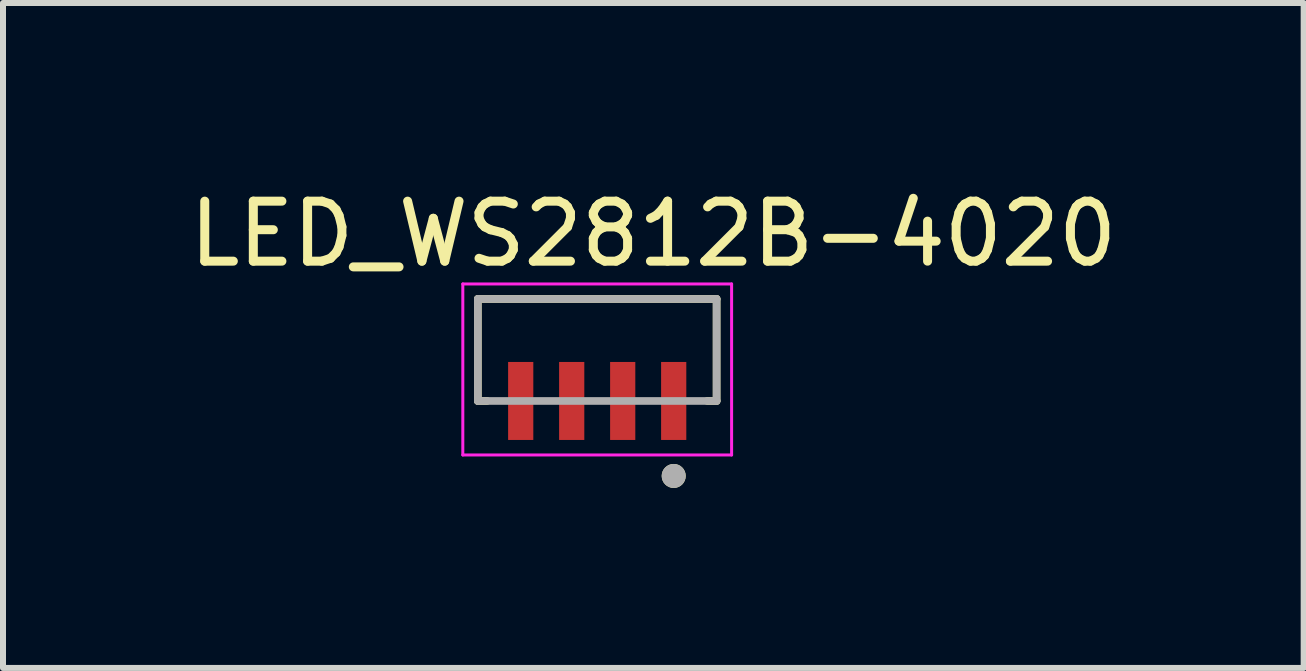
<source format=kicad_pcb>
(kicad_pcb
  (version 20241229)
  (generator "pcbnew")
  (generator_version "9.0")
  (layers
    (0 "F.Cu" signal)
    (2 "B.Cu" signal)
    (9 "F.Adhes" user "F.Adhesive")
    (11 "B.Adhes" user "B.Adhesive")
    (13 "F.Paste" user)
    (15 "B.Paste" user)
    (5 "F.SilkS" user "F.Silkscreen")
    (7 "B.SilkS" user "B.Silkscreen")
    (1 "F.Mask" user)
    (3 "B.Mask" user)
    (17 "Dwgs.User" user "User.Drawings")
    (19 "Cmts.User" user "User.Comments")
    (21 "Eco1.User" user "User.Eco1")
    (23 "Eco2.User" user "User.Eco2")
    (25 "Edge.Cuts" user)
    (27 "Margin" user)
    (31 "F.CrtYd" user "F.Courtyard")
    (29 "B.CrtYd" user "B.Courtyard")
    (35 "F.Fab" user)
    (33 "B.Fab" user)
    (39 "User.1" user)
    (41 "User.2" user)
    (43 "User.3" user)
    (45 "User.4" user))
  (footprint "LED_WS2812B-4020"
    (layer "F.Cu")
    (at 6.904 2.783)
    (property "Reference" "LED_WS2812B-4020" (at 0.935 -1.935 0) (layer "F.SilkS") (effects (font (size 1 1) (thickness 0.15))))
    (attr smd)
    (fp_line (start -1.99 -0.85) (end 1.99 -0.85) (stroke (width 0.127) (type solid)) (layer "F.SilkS"))
    (fp_line (start -1.99 0.85) (end -1.99 -0.85) (stroke (width 0.127) (type solid)) (layer "F.SilkS"))
    (fp_line (start -1.835 0.85) (end -1.99 0.85) (stroke (width 0.127) (type solid)) (layer "F.SilkS"))
    (fp_line (start 1.99 -0.85) (end 1.99 0.85) (stroke (width 0.127) (type solid)) (layer "F.SilkS"))
    (fp_line (start 1.99 0.85) (end 1.835 0.85) (stroke (width 0.127) (type solid)) (layer "F.SilkS"))
    (fp_circle (center 1.275 2.1) (end 1.375 2.1) (stroke (width 0.2) (type solid)) (fill no) (layer "F.SilkS"))
    (fp_line (start -2.24 -1.1) (end -2.24 1.75) (stroke (width 0.05) (type solid)) (layer "F.CrtYd"))
    (fp_line (start -2.24 1.75) (end 2.24 1.75) (stroke (width 0.05) (type solid)) (layer "F.CrtYd"))
    (fp_line (start 2.24 -1.1) (end -2.24 -1.1) (stroke (width 0.05) (type solid)) (layer "F.CrtYd"))
    (fp_line (start 2.24 1.75) (end 2.24 -1.1) (stroke (width 0.05) (type solid)) (layer "F.CrtYd"))
    (fp_line (start -1.99 -0.85) (end 1.99 -0.85) (stroke (width 0.127) (type solid)) (layer "F.Fab"))
    (fp_line (start -1.99 0.85) (end -1.99 -0.85) (stroke (width 0.127) (type solid)) (layer "F.Fab"))
    (fp_line (start 1.99 -0.85) (end 1.99 0.85) (stroke (width 0.127) (type solid)) (layer "F.Fab"))
    (fp_line (start 1.99 0.85) (end -1.99 0.85) (stroke (width 0.127) (type solid)) (layer "F.Fab"))
    (fp_circle (center 1.275 2.1) (end 1.375 2.1) (stroke (width 0.2) (type solid)) (fill no) (layer "F.Fab"))
    (pad "1" smd rect (at 1.275 0.85) (size 0.42 1.3) (layers "F.Cu" "F.Mask" "F.Paste"))
    (pad "2" smd rect (at 0.425 0.85) (size 0.42 1.3) (layers "F.Cu" "F.Mask" "F.Paste"))
    (pad "3" smd rect (at -0.425 0.85) (size 0.42 1.3) (layers "F.Cu" "F.Mask" "F.Paste"))
    (pad "4" smd rect (at -1.275 0.85) (size 0.42 1.3) (layers "F.Cu" "F.Mask" "F.Paste")))
  (gr_rect
    (start -3 -3)
    (end 18.679 8.083)
    (stroke (width 0.1) (type default))
    (fill no)
    (layer "Edge.Cuts")))
</source>
